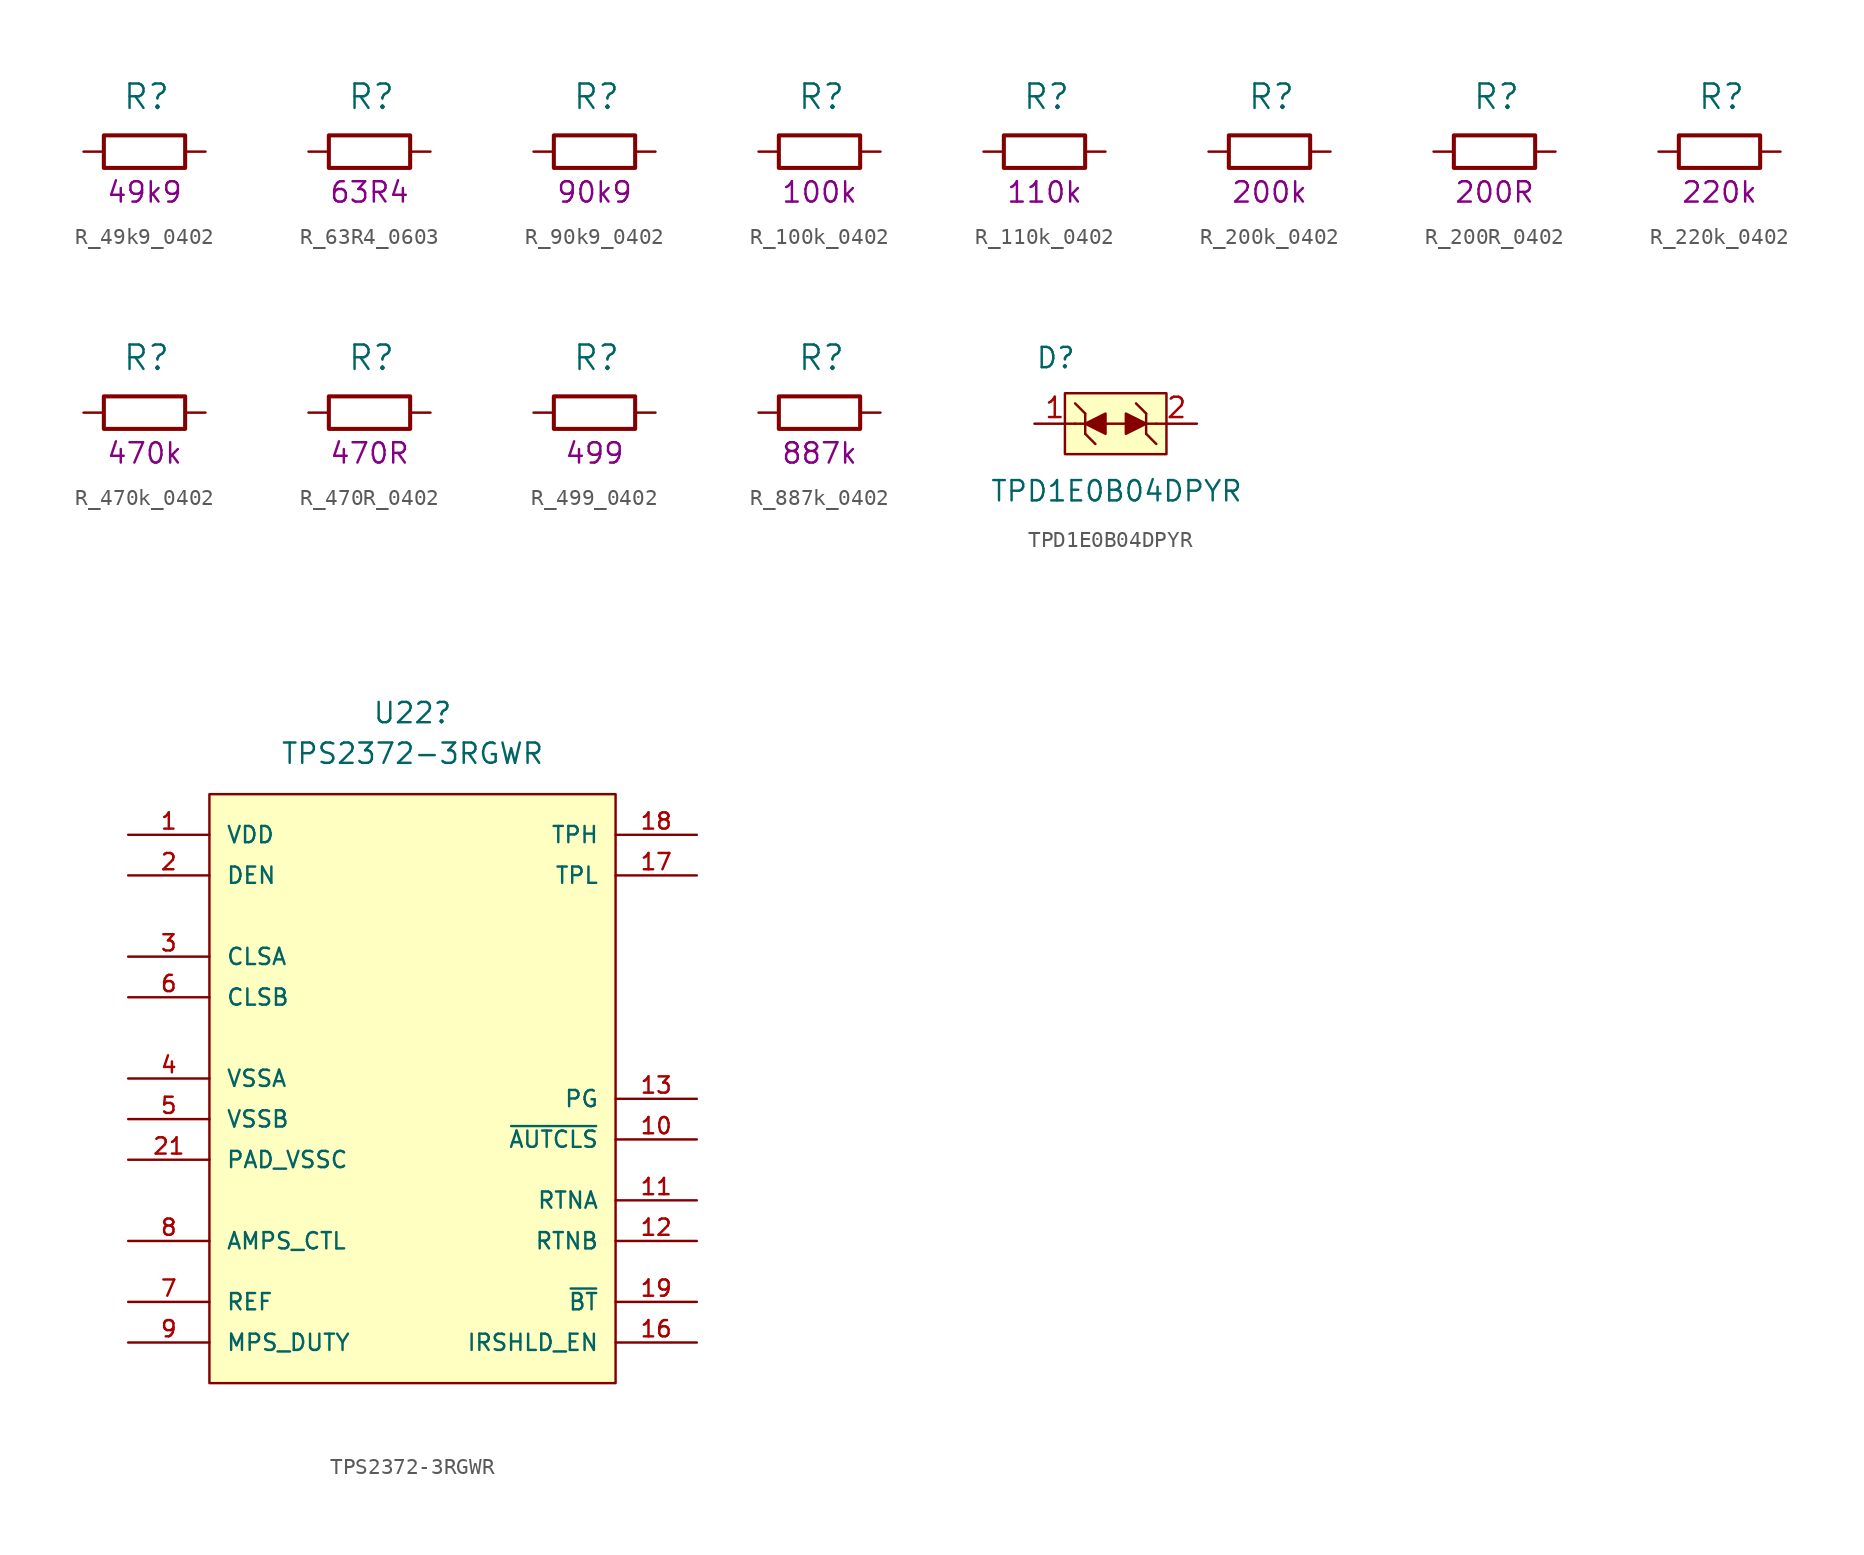
<source format=kicad_sym>
(kicad_symbol_lib
  (version 20220914)
  (generator kicad_symbol_editor)
  (symbol "R_49k9_0402"
    (pin_names
      (offset 0))
    (property "Reference" "R"
      (at -1.397 3.429 0)
      (effects (font (size 1.524 1.524)) (justify left)))
    (property "Val" "49k9"
      (at 0 -2.54 0)
      (effects (font (size 1.27 1.27))))
    (symbol "R_49k9_0402_1_1"
      (rectangle (start 2.54 -1.016) (end -2.54 1.016) (stroke (width 0.254) (type default)) (fill (type none)))
      (pin passive line (at -3.81 0 0) (length 1.27) (name "~" (effects (font (size 0 0)))) (number "1" (effects (font (size 0 0)))))
      (pin passive line (at 3.81 0 180) (length 1.27) (name "~" (effects (font (size 0 0)))) (number "2" (effects (font (size 0 0)))))))
  (symbol "R_63R4_0603"
    (pin_names
      (offset 0))
    (property "Reference" "R"
      (at -1.397 3.429 0)
      (effects (font (size 1.524 1.524)) (justify left)))
    (property "Val" "63R4"
      (at 0 -2.54 0)
      (effects (font (size 1.27 1.27))))
    (symbol "R_63R4_0603_1_1"
      (rectangle (start 2.54 -1.016) (end -2.54 1.016) (stroke (width 0.254) (type default)) (fill (type none)))
      (pin passive line (at -3.81 0 0) (length 1.27) (name "~" (effects (font (size 0 0)))) (number "1" (effects (font (size 0 0)))))
      (pin passive line (at 3.81 0 180) (length 1.27) (name "~" (effects (font (size 0 0)))) (number "2" (effects (font (size 0 0)))))))
  (symbol "R_90k9_0402"
    (pin_names
      (offset 0))
    (property "Reference" "R"
      (at -1.397 3.429 0)
      (effects (font (size 1.524 1.524)) (justify left)))
    (property "Val" "90k9"
      (at 0 -2.54 0)
      (effects (font (size 1.27 1.27))))
    (symbol "R_90k9_0402_1_1"
      (rectangle (start 2.54 -1.016) (end -2.54 1.016) (stroke (width 0.254) (type default)) (fill (type none)))
      (pin passive line (at -3.81 0 0) (length 1.27) (name "~" (effects (font (size 0 0)))) (number "1" (effects (font (size 0 0)))))
      (pin passive line (at 3.81 0 180) (length 1.27) (name "~" (effects (font (size 0 0)))) (number "2" (effects (font (size 0 0)))))))
  (symbol "R_100k_0402"
    (pin_names
      (offset 0))
    (property "Reference" "R"
      (at -1.397 3.429 0)
      (effects (font (size 1.524 1.524)) (justify left)))
    (property "Val" "100k"
      (at 0 -2.54 0)
      (effects (font (size 1.27 1.27))))
    (symbol "R_100k_0402_1_1"
      (rectangle (start 2.54 -1.016) (end -2.54 1.016) (stroke (width 0.254) (type default)) (fill (type none)))
      (pin passive line (at -3.81 0 0) (length 1.27) (name "~" (effects (font (size 0 0)))) (number "1" (effects (font (size 0 0)))))
      (pin passive line (at 3.81 0 180) (length 1.27) (name "~" (effects (font (size 0 0)))) (number "2" (effects (font (size 0 0)))))))
  (symbol "R_110k_0402"
    (pin_names
      (offset 0))
    (property "Reference" "R"
      (at -1.397 3.429 0)
      (effects (font (size 1.524 1.524)) (justify left)))
    (property "Val" "110k"
      (at 0 -2.54 0)
      (effects (font (size 1.27 1.27))))
    (symbol "R_110k_0402_1_1"
      (rectangle (start 2.54 -1.016) (end -2.54 1.016) (stroke (width 0.254) (type default)) (fill (type none)))
      (pin passive line (at -3.81 0 0) (length 1.27) (name "~" (effects (font (size 0 0)))) (number "1" (effects (font (size 0 0)))))
      (pin passive line (at 3.81 0 180) (length 1.27) (name "~" (effects (font (size 0 0)))) (number "2" (effects (font (size 0 0)))))))
  (symbol "R_200k_0402"
    (pin_names
      (offset 0))
    (property "Reference" "R"
      (at -1.397 3.429 0)
      (effects (font (size 1.524 1.524)) (justify left)))
    (property "Val" "200k"
      (at 0 -2.54 0)
      (effects (font (size 1.27 1.27))))
    (symbol "R_200k_0402_1_1"
      (rectangle (start 2.54 -1.016) (end -2.54 1.016) (stroke (width 0.254) (type default)) (fill (type none)))
      (pin passive line (at -3.81 0 0) (length 1.27) (name "~" (effects (font (size 0 0)))) (number "1" (effects (font (size 0 0)))))
      (pin passive line (at 3.81 0 180) (length 1.27) (name "~" (effects (font (size 0 0)))) (number "2" (effects (font (size 0 0)))))))
  (symbol "R_200R_0402"
    (pin_names
      (offset 0))
    (property "Reference" "R"
      (at -1.397 3.429 0)
      (effects (font (size 1.524 1.524)) (justify left)))
    (property "Val" "200R"
      (at 0 -2.54 0)
      (effects (font (size 1.27 1.27))))
    (symbol "R_200R_0402_1_1"
      (rectangle (start 2.54 -1.016) (end -2.54 1.016) (stroke (width 0.254) (type default)) (fill (type none)))
      (pin passive line (at -3.81 0 0) (length 1.27) (name "~" (effects (font (size 0 0)))) (number "1" (effects (font (size 0 0)))))
      (pin passive line (at 3.81 0 180) (length 1.27) (name "~" (effects (font (size 0 0)))) (number "2" (effects (font (size 0 0)))))))
  (symbol "R_220k_0402"
    (pin_names
      (offset 0))
    (property "Reference" "R"
      (at -1.397 3.429 0)
      (effects (font (size 1.524 1.524)) (justify left)))
    (property "Val" "220k"
      (at 0 -2.54 0)
      (effects (font (size 1.27 1.27))))
    (symbol "R_220k_0402_1_1"
      (rectangle (start 2.54 -1.016) (end -2.54 1.016) (stroke (width 0.254) (type default)) (fill (type none)))
      (pin passive line (at -3.81 0 0) (length 1.27) (name "~" (effects (font (size 0 0)))) (number "1" (effects (font (size 0 0)))))
      (pin passive line (at 3.81 0 180) (length 1.27) (name "~" (effects (font (size 0 0)))) (number "2" (effects (font (size 0 0)))))))
  (symbol "R_470k_0402"
    (pin_names
      (offset 0))
    (property "Reference" "R"
      (at -1.397 3.429 0)
      (effects (font (size 1.524 1.524)) (justify left)))
    (property "Val" "470k"
      (at 0 -2.54 0)
      (effects (font (size 1.27 1.27))))
    (symbol "R_470k_0402_1_1"
      (rectangle (start 2.54 -1.016) (end -2.54 1.016) (stroke (width 0.254) (type default)) (fill (type none)))
      (pin passive line (at -3.81 0 0) (length 1.27) (name "~" (effects (font (size 0 0)))) (number "1" (effects (font (size 0 0)))))
      (pin passive line (at 3.81 0 180) (length 1.27) (name "~" (effects (font (size 0 0)))) (number "2" (effects (font (size 0 0)))))))
  (symbol "R_470R_0402"
    (pin_names
      (offset 0))
    (property "Reference" "R"
      (at -1.397 3.429 0)
      (effects (font (size 1.524 1.524)) (justify left)))
    (property "Val" "470R"
      (at 0 -2.54 0)
      (effects (font (size 1.27 1.27))))
    (symbol "R_470R_0402_1_1"
      (rectangle (start 2.54 -1.016) (end -2.54 1.016) (stroke (width 0.254) (type default)) (fill (type none)))
      (pin passive line (at -3.81 0 0) (length 1.27) (name "~" (effects (font (size 0 0)))) (number "1" (effects (font (size 0 0)))))
      (pin passive line (at 3.81 0 180) (length 1.27) (name "~" (effects (font (size 0 0)))) (number "2" (effects (font (size 0 0)))))))
  (symbol "R_499_0402"
    (pin_names
      (offset 0))
    (property "Reference" "R"
      (at -1.397 3.429 0)
      (effects (font (size 1.524 1.524)) (justify left)))
    (property "Val" "499"
      (at 0 -2.54 0)
      (effects (font (size 1.27 1.27))))
    (symbol "R_499_0402_1_1"
      (rectangle (start 2.54 -1.016) (end -2.54 1.016) (stroke (width 0.254) (type default)) (fill (type none)))
      (pin passive line (at -3.81 0 0) (length 1.27) (name "~" (effects (font (size 0 0)))) (number "1" (effects (font (size 0 0)))))
      (pin passive line (at 3.81 0 180) (length 1.27) (name "~" (effects (font (size 0 0)))) (number "2" (effects (font (size 0 0)))))))
  (symbol "R_887k_0402"
    (pin_names
      (offset 0))
    (property "Reference" "R"
      (at -1.397 3.429 0)
      (effects (font (size 1.524 1.524)) (justify left)))
    (property "Val" "887k"
      (at 0 -2.54 0)
      (effects (font (size 1.27 1.27))))
    (symbol "R_887k_0402_1_1"
      (rectangle (start 2.54 -1.016) (end -2.54 1.016) (stroke (width 0.254) (type default)) (fill (type none)))
      (pin passive line (at -3.81 0 0) (length 1.27) (name "~" (effects (font (size 0 0)))) (number "1" (effects (font (size 0 0)))))
      (pin passive line (at 3.81 0 180) (length 1.27) (name "~" (effects (font (size 0 0)))) (number "2" (effects (font (size 0 0)))))))
  (symbol "TPD1E0B04DPYR "
    (pin_names
      (offset 1.016))
    (property "Reference" "D"
      (at -5.029 4.115 0)
      (effects (font (size 1.27 1.27)) (justify left)))
    (property "Value" "TPD1E0B04DPYR "
      (at 0.051 -4.216 0)
      (effects (font (size 1.27 1.27))))
    (symbol "TPD1E0B04DPYR _0_1"
      (rectangle (start -3.175 1.905) (end 3.175 -1.905) (stroke (width 0) (type default)) (fill (type background)))
      (polyline (pts (xy -1.905 -0.635) (xy -1.27 -1.27)) (stroke (width 0) (type default)) (fill (type none)))
      (polyline (pts (xy -1.905 0.635) (xy -2.54 1.27)) (stroke (width 0) (type default)) (fill (type none)))
      (polyline (pts (xy -1.905 0.635) (xy -1.905 -0.635)) (stroke (width 0) (type default)) (fill (type none)))
      (polyline (pts (xy 1.905 -0.635) (xy 2.54 -1.27)) (stroke (width 0) (type default)) (fill (type none)))
      (polyline (pts (xy 1.905 0.635) (xy 1.27 1.27)) (stroke (width 0) (type default)) (fill (type none)))
      (polyline (pts (xy 1.905 0.635) (xy 1.905 -0.635)) (stroke (width 0) (type default)) (fill (type none)))
      (polyline (pts (xy 2.54 0) (xy -2.54 0)) (stroke (width 0) (type default)) (fill (type none)))
      (polyline (pts (xy -0.635 -0.635) (xy -0.635 0.635) (xy -1.905 0) (xy -0.635 -0.635)) (stroke (width 0) (type default)) (fill (type outline)))
      (polyline (pts (xy 0.635 0.635) (xy 0.635 -0.635) (xy 1.905 0) (xy 0.635 0.635)) (stroke (width 0) (type default)) (fill (type outline))))
    (symbol "TPD1E0B04DPYR _1_1"
      (pin passive line (at -5.08 0 0) (length 2.54) (name "~" (effects (font (size 1.27 1.27)))) (number "1" (effects (font (size 1.27 1.27)))))
      (pin passive line (at 5.08 0 180) (length 2.54) (name "~" (effects (font (size 1.27 1.27)))) (number "2" (effects (font (size 1.27 1.27)))))))
  (symbol "TPS2372-3RGWR"
    (pin_names
      (offset 1.016))
    (property "Reference" "U22"
      (at 0 27.94 0)
      (effects (font (size 1.27 1.27))))
    (property "Value" "TPS2372-3RGWR"
      (at 0 25.4 0)
      (effects (font (size 1.27 1.27))))
    (symbol "TPS2372-3RGWR_0_0"
      (rectangle (start -12.7 -13.97) (end 12.7 22.86) (stroke (width 0) (type default)) (fill (type background)))
      (pin power_in line (at -17.78 20.32 0) (length 5.08) (name "VDD" (effects (font (size 1.016 1.016)))) (number "1" (effects (font (size 1.016 1.016)))))
      (pin output line (at 17.78 1.27 180) (length 5.08) (name "~{AUTCLS}" (effects (font (size 1.016 1.016)))) (number "10" (effects (font (size 1.016 1.016)))))
      (pin output line (at 17.78 -2.54 180) (length 5.08) (name "RTNA" (effects (font (size 1.016 1.016)))) (number "11" (effects (font (size 1.016 1.016)))))
      (pin output line (at 17.78 -5.08 180) (length 5.08) (name "RTNB" (effects (font (size 1.016 1.016)))) (number "12" (effects (font (size 1.016 1.016)))))
      (pin output line (at 17.78 3.81 180) (length 5.08) (name "PG" (effects (font (size 1.016 1.016)))) (number "13" (effects (font (size 1.016 1.016)))))
      (pin no_connect line (at 17.78 7.62 180) (length 5.08) hide (name "NC" (effects (font (size 1.016 1.016)))) (number "14" (effects (font (size 1.016 1.016)))))
      (pin no_connect line (at 17.78 12.7 180) (length 5.08) hide (name "NC" (effects (font (size 1.016 1.016)))) (number "15" (effects (font (size 1.016 1.016)))))
      (pin output line (at 17.78 -11.43 180) (length 5.08) (name "IRSHLD_EN" (effects (font (size 1.016 1.016)))) (number "16" (effects (font (size 1.016 1.016)))))
      (pin output line (at 17.78 17.78 180) (length 5.08) (name "TPL" (effects (font (size 1.016 1.016)))) (number "17" (effects (font (size 1.016 1.016)))))
      (pin output line (at 17.78 20.32 180) (length 5.08) (name "TPH" (effects (font (size 1.016 1.016)))) (number "18" (effects (font (size 1.016 1.016)))))
      (pin output line (at 17.78 -8.89 180) (length 5.08) (name "~{BT}" (effects (font (size 1.016 1.016)))) (number "19" (effects (font (size 1.016 1.016)))))
      (pin input line (at -17.78 17.78 0) (length 5.08) (name "DEN" (effects (font (size 1.016 1.016)))) (number "2" (effects (font (size 1.016 1.016)))))
      (pin power_in line (at -17.78 0 0) (length 5.08) (name "PAD_VSSC" (effects (font (size 1.016 1.016)))) (number "21" (effects (font (size 1.016 1.016)))))
      (pin input line (at -17.78 12.7 0) (length 5.08) (name "CLSA" (effects (font (size 1.016 1.016)))) (number "3" (effects (font (size 1.016 1.016)))))
      (pin power_in line (at -17.78 5.08 0) (length 5.08) (name "VSSA" (effects (font (size 1.016 1.016)))) (number "4" (effects (font (size 1.016 1.016)))))
      (pin power_in line (at -17.78 2.54 0) (length 5.08) (name "VSSB" (effects (font (size 1.016 1.016)))) (number "5" (effects (font (size 1.016 1.016)))))
      (pin input line (at -17.78 10.16 0) (length 5.08) (name "CLSB" (effects (font (size 1.016 1.016)))) (number "6" (effects (font (size 1.016 1.016)))))
      (pin input line (at -17.78 -8.89 0) (length 5.08) (name "REF" (effects (font (size 1.016 1.016)))) (number "7" (effects (font (size 1.016 1.016)))))
      (pin input line (at -17.78 -5.08 0) (length 5.08) (name "AMPS_CTL" (effects (font (size 1.016 1.016)))) (number "8" (effects (font (size 1.016 1.016)))))
      (pin input line (at -17.78 -11.43 0) (length 5.08) (name "MPS_DUTY" (effects (font (size 1.016 1.016)))) (number "9" (effects (font (size 1.016 1.016))))))))
</source>
